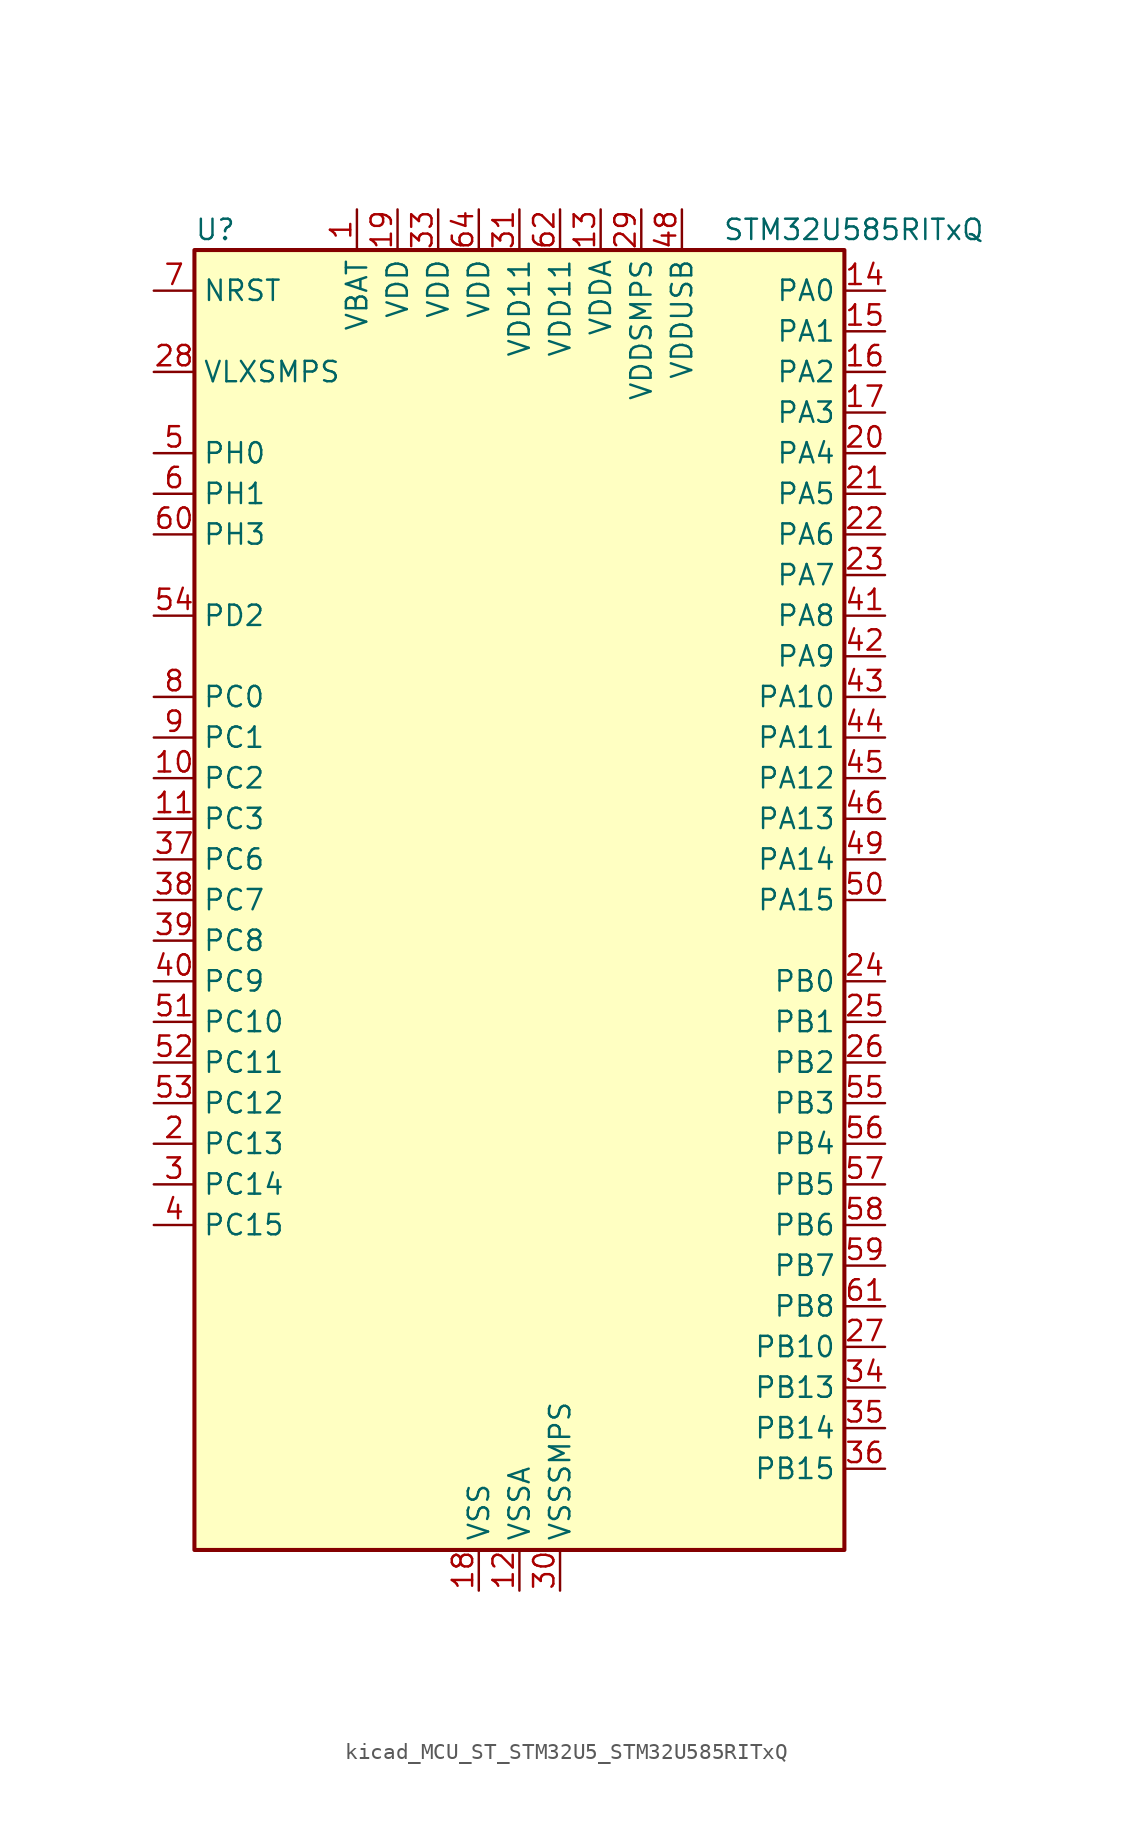
<source format=kicad_sym>
(kicad_symbol_lib
  (version 20220914)
  (generator kicad_symbol_editor)
  (symbol "kicad_MCU_ST_STM32U5_STM32U585RITxQ"
    (property "Reference" "U"
      (at -20.32 41.91 0)
      (effects (font (size 1.27 1.27)) (justify left)))
    (property "Value" "STM32U585RITxQ"
      (at 12.7 41.91 0)
      (effects (font (size 1.27 1.27)) (justify left)))
    (property "ki_locked" ""
      (at 0 0 0)
      (effects (font (size 1.27 1.27))))
    (symbol "kicad_MCU_ST_STM32U5_STM32U585RITxQ_0_1"
      (rectangle (start -20.32 -40.64) (end 20.32 40.64) (stroke (width 0.254) (type default)) (fill (type background))))
    (symbol "kicad_MCU_ST_STM32U5_STM32U585RITxQ_1_1"
      (pin power_in line (at -10.16 43.18 270) (length 2.54) (name "VBAT" (effects (font (size 1.27 1.27)))) (number "1" (effects (font (size 1.27 1.27)))))
      (pin bidirectional line (at -22.86 7.62 0) (length 2.54) (name "PC2" (effects (font (size 1.27 1.27)))) (number "10" (effects (font (size 1.27 1.27)))) (alternate "ADC1_IN3" bidirectional line) (alternate "ADC4_IN3" bidirectional line) (alternate "LPTIM1_IN2" bidirectional line) (alternate "MDF1_CCK1" bidirectional line) (alternate "OCTOSPIM_P1_IO5" bidirectional line) (alternate "SPI2_MISO" bidirectional line))
      (pin bidirectional line (at -22.86 5.08 0) (length 2.54) (name "PC3" (effects (font (size 1.27 1.27)))) (number "11" (effects (font (size 1.27 1.27)))) (alternate "ADC1_IN4" bidirectional line) (alternate "ADC4_IN4" bidirectional line) (alternate "LPTIM1_ETR" bidirectional line) (alternate "LPTIM2_ETR" bidirectional line) (alternate "LPTIM3_CH1" bidirectional line) (alternate "OCTOSPIM_P1_IO6" bidirectional line) (alternate "SAI1_D1" bidirectional line) (alternate "SAI1_SD_A" bidirectional line) (alternate "SPI2_MOSI" bidirectional line))
      (pin power_in line (at 0 -43.18 90) (length 2.54) (name "VSSA" (effects (font (size 1.27 1.27)))) (number "12" (effects (font (size 1.27 1.27)))))
      (pin power_in line (at 5.08 43.18 270) (length 2.54) (name "VDDA" (effects (font (size 1.27 1.27)))) (number "13" (effects (font (size 1.27 1.27)))))
      (pin bidirectional line (at 22.86 38.1 180) (length 2.54) (name "PA0" (effects (font (size 1.27 1.27)))) (number "14" (effects (font (size 1.27 1.27)))) (alternate "ADC1_IN5" bidirectional line) (alternate "AUDIOCLK" bidirectional line) (alternate "OCTOSPIM_P2_NCS" bidirectional line) (alternate "OPAMP1_VINP" bidirectional line) (alternate "PWR_WKUP1" bidirectional line) (alternate "SDMMC2_CMD" bidirectional line) (alternate "SPI3_RDY" bidirectional line) (alternate "TAMP_IN2" bidirectional line) (alternate "TAMP_OUT1" bidirectional line) (alternate "TIM2_CH1" bidirectional line) (alternate "TIM2_ETR" bidirectional line) (alternate "TIM5_CH1" bidirectional line) (alternate "TIM8_ETR" bidirectional line) (alternate "UART4_TX" bidirectional line) (alternate "USART2_CTS" bidirectional line))
      (pin bidirectional line (at 22.86 35.56 180) (length 2.54) (name "PA1" (effects (font (size 1.27 1.27)))) (number "15" (effects (font (size 1.27 1.27)))) (alternate "ADC1_IN6" bidirectional line) (alternate "I2C1_SMBA" bidirectional line) (alternate "LPTIM1_CH2" bidirectional line) (alternate "OCTOSPIM_P1_DQS" bidirectional line) (alternate "OPAMP1_VINM" bidirectional line) (alternate "PWR_WKUP3" bidirectional line) (alternate "SPI1_SCK" bidirectional line) (alternate "TAMP_IN5" bidirectional line) (alternate "TAMP_OUT4" bidirectional line) (alternate "TIM15_CH1N" bidirectional line) (alternate "TIM2_CH2" bidirectional line) (alternate "TIM5_CH2" bidirectional line) (alternate "UART4_RX" bidirectional line) (alternate "USART2_DE" bidirectional line) (alternate "USART2_RTS" bidirectional line))
      (pin bidirectional line (at 22.86 33.02 180) (length 2.54) (name "PA2" (effects (font (size 1.27 1.27)))) (number "16" (effects (font (size 1.27 1.27)))) (alternate "ADC1_IN7" bidirectional line) (alternate "COMP1_INP" bidirectional line) (alternate "LPUART1_TX" bidirectional line) (alternate "OCTOSPIM_P1_NCS" bidirectional line) (alternate "PWR_WKUP4" bidirectional line) (alternate "RCC_LSCO" bidirectional line) (alternate "SPI1_RDY" bidirectional line) (alternate "TIM15_CH1" bidirectional line) (alternate "TIM2_CH3" bidirectional line) (alternate "TIM5_CH3" bidirectional line) (alternate "UCPD1_FRSTX1" bidirectional line) (alternate "USART2_TX" bidirectional line))
      (pin bidirectional line (at 22.86 30.48 180) (length 2.54) (name "PA3" (effects (font (size 1.27 1.27)))) (number "17" (effects (font (size 1.27 1.27)))) (alternate "ADC1_IN8" bidirectional line) (alternate "LPUART1_RX" bidirectional line) (alternate "OCTOSPIM_P1_CLK" bidirectional line) (alternate "OPAMP1_VOUT" bidirectional line) (alternate "PWR_WKUP5" bidirectional line) (alternate "SAI1_CK1" bidirectional line) (alternate "SAI1_MCLK_A" bidirectional line) (alternate "TIM15_CH2" bidirectional line) (alternate "TIM2_CH4" bidirectional line) (alternate "TIM5_CH4" bidirectional line) (alternate "USART2_RX" bidirectional line))
      (pin power_in line (at -2.54 -43.18 90) (length 2.54) (name "VSS" (effects (font (size 1.27 1.27)))) (number "18" (effects (font (size 1.27 1.27)))))
      (pin power_in line (at -7.62 43.18 270) (length 2.54) (name "VDD" (effects (font (size 1.27 1.27)))) (number "19" (effects (font (size 1.27 1.27)))))
      (pin bidirectional line (at -22.86 -15.24 0) (length 2.54) (name "PC13" (effects (font (size 1.27 1.27)))) (number "2" (effects (font (size 1.27 1.27)))) (alternate "PWR_WKUP2" bidirectional line) (alternate "RTC_OUT1" bidirectional line) (alternate "RTC_TS" bidirectional line) (alternate "TAMP_IN1" bidirectional line) (alternate "TAMP_OUT2" bidirectional line))
      (pin bidirectional line (at 22.86 27.94 180) (length 2.54) (name "PA4" (effects (font (size 1.27 1.27)))) (number "20" (effects (font (size 1.27 1.27)))) (alternate "ADC1_IN9" bidirectional line) (alternate "ADC4_IN9" bidirectional line) (alternate "DAC1_OUT1" bidirectional line) (alternate "LPTIM2_CH1" bidirectional line) (alternate "OCTOSPIM_P1_NCS" bidirectional line) (alternate "PWR_WKUP2" bidirectional line) (alternate "SAI1_FS_B" bidirectional line) (alternate "SPI1_NSS" bidirectional line) (alternate "SPI3_NSS" bidirectional line) (alternate "USART2_CK" bidirectional line))
      (pin bidirectional line (at 22.86 25.4 180) (length 2.54) (name "PA5" (effects (font (size 1.27 1.27)))) (number "21" (effects (font (size 1.27 1.27)))) (alternate "ADC1_IN10" bidirectional line) (alternate "ADC4_IN10" bidirectional line) (alternate "DAC1_OUT2" bidirectional line) (alternate "LPTIM2_ETR" bidirectional line) (alternate "PWR_CSLEEP" bidirectional line) (alternate "PWR_WKUP6" bidirectional line) (alternate "SPI1_SCK" bidirectional line) (alternate "TIM2_CH1" bidirectional line) (alternate "TIM2_ETR" bidirectional line) (alternate "TIM8_CH1N" bidirectional line) (alternate "USART3_RX" bidirectional line))
      (pin bidirectional line (at 22.86 22.86 180) (length 2.54) (name "PA6" (effects (font (size 1.27 1.27)))) (number "22" (effects (font (size 1.27 1.27)))) (alternate "ADC1_IN11" bidirectional line) (alternate "ADC4_IN11" bidirectional line) (alternate "LPUART1_CTS" bidirectional line) (alternate "OCTOSPIM_P1_IO3" bidirectional line) (alternate "OPAMP2_VINP" bidirectional line) (alternate "PWR_CDSTOP" bidirectional line) (alternate "PWR_WKUP7" bidirectional line) (alternate "SPI1_MISO" bidirectional line) (alternate "TIM16_CH1" bidirectional line) (alternate "TIM1_BKIN" bidirectional line) (alternate "TIM3_CH1" bidirectional line) (alternate "TIM8_BKIN" bidirectional line) (alternate "USART3_CTS" bidirectional line))
      (pin bidirectional line (at 22.86 20.32 180) (length 2.54) (name "PA7" (effects (font (size 1.27 1.27)))) (number "23" (effects (font (size 1.27 1.27)))) (alternate "ADC1_IN12" bidirectional line) (alternate "ADC4_IN20" bidirectional line) (alternate "I2C3_SCL" bidirectional line) (alternate "LPTIM2_CH2" bidirectional line) (alternate "OCTOSPIM_P1_IO2" bidirectional line) (alternate "OPAMP2_VINM" bidirectional line) (alternate "PWR_SRDSTOP" bidirectional line) (alternate "PWR_WKUP8" bidirectional line) (alternate "SPI1_MOSI" bidirectional line) (alternate "TIM17_CH1" bidirectional line) (alternate "TIM1_CH1N" bidirectional line) (alternate "TIM3_CH2" bidirectional line) (alternate "TIM8_CH1N" bidirectional line) (alternate "USART3_TX" bidirectional line))
      (pin bidirectional line (at 22.86 -5.08 180) (length 2.54) (name "PB0" (effects (font (size 1.27 1.27)))) (number "24" (effects (font (size 1.27 1.27)))) (alternate "ADC1_IN15" bidirectional line) (alternate "ADC4_IN18" bidirectional line) (alternate "AUDIOCLK" bidirectional line) (alternate "COMP1_OUT" bidirectional line) (alternate "LPTIM3_CH1" bidirectional line) (alternate "OCTOSPIM_P1_IO1" bidirectional line) (alternate "OPAMP2_VOUT" bidirectional line) (alternate "SPI1_NSS" bidirectional line) (alternate "TIM1_CH2N" bidirectional line) (alternate "TIM3_CH3" bidirectional line) (alternate "TIM8_CH2N" bidirectional line) (alternate "USART3_CK" bidirectional line))
      (pin bidirectional line (at 22.86 -7.62 180) (length 2.54) (name "PB1" (effects (font (size 1.27 1.27)))) (number "25" (effects (font (size 1.27 1.27)))) (alternate "ADC1_IN16" bidirectional line) (alternate "ADC4_IN19" bidirectional line) (alternate "COMP1_INM" bidirectional line) (alternate "LPTIM2_IN1" bidirectional line) (alternate "LPTIM3_CH2" bidirectional line) (alternate "LPUART1_DE" bidirectional line) (alternate "LPUART1_RTS" bidirectional line) (alternate "MDF1_SDI0" bidirectional line) (alternate "OCTOSPIM_P1_IO0" bidirectional line) (alternate "PWR_WKUP4" bidirectional line) (alternate "TIM1_CH3N" bidirectional line) (alternate "TIM3_CH4" bidirectional line) (alternate "TIM8_CH3N" bidirectional line) (alternate "USART3_DE" bidirectional line) (alternate "USART3_RTS" bidirectional line))
      (pin bidirectional line (at 22.86 -10.16 180) (length 2.54) (name "PB2" (effects (font (size 1.27 1.27)))) (number "26" (effects (font (size 1.27 1.27)))) (alternate "ADC1_IN17" bidirectional line) (alternate "COMP1_INP" bidirectional line) (alternate "I2C3_SMBA" bidirectional line) (alternate "LPTIM1_CH1" bidirectional line) (alternate "MDF1_CKI0" bidirectional line) (alternate "OCTOSPIM_P1_DQS" bidirectional line) (alternate "PWR_WKUP1" bidirectional line) (alternate "RTC_OUT2" bidirectional line) (alternate "SPI1_RDY" bidirectional line) (alternate "TIM8_CH4N" bidirectional line) (alternate "UCPD1_FRSTX1" bidirectional line))
      (pin bidirectional line (at 22.86 -27.94 180) (length 2.54) (name "PB10" (effects (font (size 1.27 1.27)))) (number "27" (effects (font (size 1.27 1.27)))) (alternate "COMP1_OUT" bidirectional line) (alternate "I2C2_SCL" bidirectional line) (alternate "I2C4_SCL" bidirectional line) (alternate "LPTIM3_CH1" bidirectional line) (alternate "LPUART1_RX" bidirectional line) (alternate "OCTOSPIM_P1_CLK" bidirectional line) (alternate "PWR_WKUP8" bidirectional line) (alternate "SAI1_SCK_A" bidirectional line) (alternate "SPI2_SCK" bidirectional line) (alternate "TIM2_CH3" bidirectional line) (alternate "TSC_SYNC" bidirectional line) (alternate "USART3_TX" bidirectional line))
      (pin power_in line (at -22.86 33.02 0) (length 2.54) (name "VLXSMPS" (effects (font (size 1.27 1.27)))) (number "28" (effects (font (size 1.27 1.27)))))
      (pin power_in line (at 7.62 43.18 270) (length 2.54) (name "VDDSMPS" (effects (font (size 1.27 1.27)))) (number "29" (effects (font (size 1.27 1.27)))))
      (pin bidirectional line (at -22.86 -17.78 0) (length 2.54) (name "PC14" (effects (font (size 1.27 1.27)))) (number "3" (effects (font (size 1.27 1.27)))) (alternate "RCC_OSC32_IN" bidirectional line))
      (pin power_in line (at 2.54 -43.18 90) (length 2.54) (name "VSSSMPS" (effects (font (size 1.27 1.27)))) (number "30" (effects (font (size 1.27 1.27)))))
      (pin power_in line (at 0 43.18 270) (length 2.54) (name "VDD11" (effects (font (size 1.27 1.27)))) (number "31" (effects (font (size 1.27 1.27)))))
      (pin passive line (at -2.54 -43.18 90) (length 2.54) hide (name "VSS" (effects (font (size 1.27 1.27)))) (number "32" (effects (font (size 1.27 1.27)))))
      (pin power_in line (at -5.08 43.18 270) (length 2.54) (name "VDD" (effects (font (size 1.27 1.27)))) (number "33" (effects (font (size 1.27 1.27)))))
      (pin bidirectional line (at 22.86 -30.48 180) (length 2.54) (name "PB13" (effects (font (size 1.27 1.27)))) (number "34" (effects (font (size 1.27 1.27)))) (alternate "I2C2_SCL" bidirectional line) (alternate "LPTIM3_IN1" bidirectional line) (alternate "LPUART1_CTS" bidirectional line) (alternate "MDF1_CKI1" bidirectional line) (alternate "SPI2_SCK" bidirectional line) (alternate "TIM15_CH1N" bidirectional line) (alternate "TIM1_CH1N" bidirectional line) (alternate "TSC_G1_IO2" bidirectional line) (alternate "USART3_CTS" bidirectional line))
      (pin bidirectional line (at 22.86 -33.02 180) (length 2.54) (name "PB14" (effects (font (size 1.27 1.27)))) (number "35" (effects (font (size 1.27 1.27)))) (alternate "I2C2_SDA" bidirectional line) (alternate "LPTIM3_ETR" bidirectional line) (alternate "MDF1_SDI2" bidirectional line) (alternate "SDMMC2_D0" bidirectional line) (alternate "SPI2_MISO" bidirectional line) (alternate "TIM15_CH1" bidirectional line) (alternate "TIM1_CH2N" bidirectional line) (alternate "TIM8_CH2N" bidirectional line) (alternate "TSC_G1_IO3" bidirectional line) (alternate "UCPD1_DBCC2" bidirectional line) (alternate "USART3_DE" bidirectional line) (alternate "USART3_RTS" bidirectional line))
      (pin bidirectional line (at 22.86 -35.56 180) (length 2.54) (name "PB15" (effects (font (size 1.27 1.27)))) (number "36" (effects (font (size 1.27 1.27)))) (alternate "ADC1_EXTI15" bidirectional line) (alternate "ADC4_EXTI15" bidirectional line) (alternate "LPTIM2_IN2" bidirectional line) (alternate "MDF1_CKI2" bidirectional line) (alternate "PWR_WKUP7" bidirectional line) (alternate "RTC_REFIN" bidirectional line) (alternate "SDMMC2_D1" bidirectional line) (alternate "SPI2_MOSI" bidirectional line) (alternate "TIM15_CH2" bidirectional line) (alternate "TIM1_CH3N" bidirectional line) (alternate "TIM8_CH3N" bidirectional line) (alternate "UCPD1_CC2" bidirectional line))
      (pin bidirectional line (at -22.86 2.54 0) (length 2.54) (name "PC6" (effects (font (size 1.27 1.27)))) (number "37" (effects (font (size 1.27 1.27)))) (alternate "MDF1_CKI3" bidirectional line) (alternate "PWR_CSLEEP" bidirectional line) (alternate "SDMMC1_D0DIR" bidirectional line) (alternate "SDMMC1_D6" bidirectional line) (alternate "SDMMC2_D6" bidirectional line) (alternate "TIM3_CH1" bidirectional line) (alternate "TIM8_CH1" bidirectional line) (alternate "TSC_G4_IO1" bidirectional line))
      (pin bidirectional line (at -22.86 0 0) (length 2.54) (name "PC7" (effects (font (size 1.27 1.27)))) (number "38" (effects (font (size 1.27 1.27)))) (alternate "LPTIM2_CH2" bidirectional line) (alternate "MDF1_SDI3" bidirectional line) (alternate "PWR_CDSTOP" bidirectional line) (alternate "SDMMC1_D123DIR" bidirectional line) (alternate "SDMMC1_D7" bidirectional line) (alternate "SDMMC2_D7" bidirectional line) (alternate "TIM3_CH2" bidirectional line) (alternate "TIM8_CH2" bidirectional line) (alternate "TSC_G4_IO2" bidirectional line))
      (pin bidirectional line (at -22.86 -2.54 0) (length 2.54) (name "PC8" (effects (font (size 1.27 1.27)))) (number "39" (effects (font (size 1.27 1.27)))) (alternate "LPTIM3_CH1" bidirectional line) (alternate "PWR_SRDSTOP" bidirectional line) (alternate "SDMMC1_D0" bidirectional line) (alternate "TIM3_CH3" bidirectional line) (alternate "TIM8_CH3" bidirectional line) (alternate "TSC_G4_IO3" bidirectional line))
      (pin bidirectional line (at -22.86 -20.32 0) (length 2.54) (name "PC15" (effects (font (size 1.27 1.27)))) (number "4" (effects (font (size 1.27 1.27)))) (alternate "ADC1_EXTI15" bidirectional line) (alternate "ADC4_EXTI15" bidirectional line) (alternate "RCC_OSC32_OUT" bidirectional line))
      (pin bidirectional line (at -22.86 -5.08 0) (length 2.54) (name "PC9" (effects (font (size 1.27 1.27)))) (number "40" (effects (font (size 1.27 1.27)))) (alternate "DAC1_EXTI9" bidirectional line) (alternate "DEBUG_TRACED0" bidirectional line) (alternate "LPTIM3_CH2" bidirectional line) (alternate "SDMMC1_D1" bidirectional line) (alternate "TIM3_CH4" bidirectional line) (alternate "TIM8_BKIN2" bidirectional line) (alternate "TIM8_CH4" bidirectional line) (alternate "TSC_G4_IO4" bidirectional line) (alternate "USB_OTG_FS_NOE" bidirectional line))
      (pin bidirectional line (at 22.86 17.78 180) (length 2.54) (name "PA8" (effects (font (size 1.27 1.27)))) (number "41" (effects (font (size 1.27 1.27)))) (alternate "DEBUG_TRACECLK" bidirectional line) (alternate "LPTIM2_CH1" bidirectional line) (alternate "RCC_MCO" bidirectional line) (alternate "SAI1_CK2" bidirectional line) (alternate "SAI1_SCK_A" bidirectional line) (alternate "SPI1_RDY" bidirectional line) (alternate "TIM1_CH1" bidirectional line) (alternate "USART1_CK" bidirectional line) (alternate "USB_OTG_FS_SOF" bidirectional line))
      (pin bidirectional line (at 22.86 15.24 180) (length 2.54) (name "PA9" (effects (font (size 1.27 1.27)))) (number "42" (effects (font (size 1.27 1.27)))) (alternate "DAC1_EXTI9" bidirectional line) (alternate "SAI1_FS_A" bidirectional line) (alternate "SPI2_SCK" bidirectional line) (alternate "TIM15_BKIN" bidirectional line) (alternate "TIM1_CH2" bidirectional line) (alternate "USART1_TX" bidirectional line) (alternate "USB_OTG_FS_VBUS" bidirectional line))
      (pin bidirectional line (at 22.86 12.7 180) (length 2.54) (name "PA10" (effects (font (size 1.27 1.27)))) (number "43" (effects (font (size 1.27 1.27)))) (alternate "CRS_SYNC" bidirectional line) (alternate "LPTIM2_IN2" bidirectional line) (alternate "SAI1_D1" bidirectional line) (alternate "SAI1_SD_A" bidirectional line) (alternate "TIM17_BKIN" bidirectional line) (alternate "TIM1_CH3" bidirectional line) (alternate "USART1_RX" bidirectional line) (alternate "USB_OTG_FS_ID" bidirectional line))
      (pin bidirectional line (at 22.86 10.16 180) (length 2.54) (name "PA11" (effects (font (size 1.27 1.27)))) (number "44" (effects (font (size 1.27 1.27)))) (alternate "ADC1_EXTI11" bidirectional line) (alternate "FDCAN1_RX" bidirectional line) (alternate "SPI1_MISO" bidirectional line) (alternate "TIM1_BKIN2" bidirectional line) (alternate "TIM1_CH4" bidirectional line) (alternate "USART1_CTS" bidirectional line) (alternate "USB_OTG_FS_DM" bidirectional line))
      (pin bidirectional line (at 22.86 7.62 180) (length 2.54) (name "PA12" (effects (font (size 1.27 1.27)))) (number "45" (effects (font (size 1.27 1.27)))) (alternate "FDCAN1_TX" bidirectional line) (alternate "OCTOSPIM_P2_NCS" bidirectional line) (alternate "SPI1_MOSI" bidirectional line) (alternate "TIM1_ETR" bidirectional line) (alternate "USART1_DE" bidirectional line) (alternate "USART1_RTS" bidirectional line) (alternate "USB_OTG_FS_DP" bidirectional line))
      (pin bidirectional line (at 22.86 5.08 180) (length 2.54) (name "PA13" (effects (font (size 1.27 1.27)))) (number "46" (effects (font (size 1.27 1.27)))) (alternate "DEBUG_JTMS-SWDIO" bidirectional line) (alternate "IR_OUT" bidirectional line) (alternate "SAI1_SD_B" bidirectional line) (alternate "USB_OTG_FS_NOE" bidirectional line))
      (pin passive line (at -2.54 -43.18 90) (length 2.54) hide (name "VSS" (effects (font (size 1.27 1.27)))) (number "47" (effects (font (size 1.27 1.27)))))
      (pin power_in line (at 10.16 43.18 270) (length 2.54) (name "VDDUSB" (effects (font (size 1.27 1.27)))) (number "48" (effects (font (size 1.27 1.27)))))
      (pin bidirectional line (at 22.86 2.54 180) (length 2.54) (name "PA14" (effects (font (size 1.27 1.27)))) (number "49" (effects (font (size 1.27 1.27)))) (alternate "DEBUG_JTCK-SWCLK" bidirectional line) (alternate "I2C1_SMBA" bidirectional line) (alternate "I2C4_SMBA" bidirectional line) (alternate "LPTIM1_CH1" bidirectional line) (alternate "SAI1_FS_B" bidirectional line) (alternate "USB_OTG_FS_SOF" bidirectional line))
      (pin bidirectional line (at -22.86 27.94 0) (length 2.54) (name "PH0" (effects (font (size 1.27 1.27)))) (number "5" (effects (font (size 1.27 1.27)))) (alternate "RCC_OSC_IN" bidirectional line))
      (pin bidirectional line (at 22.86 0 180) (length 2.54) (name "PA15" (effects (font (size 1.27 1.27)))) (number "50" (effects (font (size 1.27 1.27)))) (alternate "ADC1_EXTI15" bidirectional line) (alternate "ADC4_EXTI15" bidirectional line) (alternate "DEBUG_JTDI" bidirectional line) (alternate "SPI1_NSS" bidirectional line) (alternate "SPI3_NSS" bidirectional line) (alternate "TIM2_CH1" bidirectional line) (alternate "TIM2_ETR" bidirectional line) (alternate "UART4_DE" bidirectional line) (alternate "UART4_RTS" bidirectional line) (alternate "UCPD1_CC1" bidirectional line) (alternate "USART2_RX" bidirectional line) (alternate "USART3_DE" bidirectional line) (alternate "USART3_RTS" bidirectional line))
      (pin bidirectional line (at -22.86 -7.62 0) (length 2.54) (name "PC10" (effects (font (size 1.27 1.27)))) (number "51" (effects (font (size 1.27 1.27)))) (alternate "ADF1_CCK1" bidirectional line) (alternate "DEBUG_TRACED1" bidirectional line) (alternate "LPTIM3_ETR" bidirectional line) (alternate "SDMMC1_D2" bidirectional line) (alternate "SPI3_SCK" bidirectional line) (alternate "TSC_G3_IO2" bidirectional line) (alternate "UART4_TX" bidirectional line) (alternate "USART3_TX" bidirectional line))
      (pin bidirectional line (at -22.86 -10.16 0) (length 2.54) (name "PC11" (effects (font (size 1.27 1.27)))) (number "52" (effects (font (size 1.27 1.27)))) (alternate "ADC1_EXTI11" bidirectional line) (alternate "ADF1_SDI0" bidirectional line) (alternate "LPTIM3_IN1" bidirectional line) (alternate "OCTOSPIM_P1_NCS" bidirectional line) (alternate "SDMMC1_D3" bidirectional line) (alternate "SPI3_MISO" bidirectional line) (alternate "TSC_G3_IO3" bidirectional line) (alternate "UART4_RX" bidirectional line) (alternate "UCPD1_FRSTX2" bidirectional line) (alternate "USART3_RX" bidirectional line))
      (pin bidirectional line (at -22.86 -12.7 0) (length 2.54) (name "PC12" (effects (font (size 1.27 1.27)))) (number "53" (effects (font (size 1.27 1.27)))) (alternate "DEBUG_TRACED3" bidirectional line) (alternate "SDMMC1_CK" bidirectional line) (alternate "SPI3_MOSI" bidirectional line) (alternate "TSC_G3_IO4" bidirectional line) (alternate "UART5_TX" bidirectional line) (alternate "USART3_CK" bidirectional line))
      (pin bidirectional line (at -22.86 17.78 0) (length 2.54) (name "PD2" (effects (font (size 1.27 1.27)))) (number "54" (effects (font (size 1.27 1.27)))) (alternate "DEBUG_TRACED2" bidirectional line) (alternate "LPTIM4_ETR" bidirectional line) (alternate "SDMMC1_CMD" bidirectional line) (alternate "TIM3_ETR" bidirectional line) (alternate "TSC_SYNC" bidirectional line) (alternate "UART5_RX" bidirectional line) (alternate "USART3_DE" bidirectional line) (alternate "USART3_RTS" bidirectional line))
      (pin bidirectional line (at 22.86 -12.7 180) (length 2.54) (name "PB3" (effects (font (size 1.27 1.27)))) (number "55" (effects (font (size 1.27 1.27)))) (alternate "ADF1_CCK0" bidirectional line) (alternate "COMP2_INM" bidirectional line) (alternate "CRS_SYNC" bidirectional line) (alternate "DEBUG_JTDO-SWO" bidirectional line) (alternate "I2C1_SDA" bidirectional line) (alternate "LPTIM1_CH1" bidirectional line) (alternate "SAI1_SCK_B" bidirectional line) (alternate "SDMMC2_D2" bidirectional line) (alternate "SPI1_SCK" bidirectional line) (alternate "SPI3_SCK" bidirectional line) (alternate "TIM2_CH2" bidirectional line) (alternate "USART1_DE" bidirectional line) (alternate "USART1_RTS" bidirectional line))
      (pin bidirectional line (at 22.86 -15.24 180) (length 2.54) (name "PB4" (effects (font (size 1.27 1.27)))) (number "56" (effects (font (size 1.27 1.27)))) (alternate "ADF1_SDI0" bidirectional line) (alternate "COMP2_INP" bidirectional line) (alternate "DEBUG_JTRST" bidirectional line) (alternate "I2C3_SDA" bidirectional line) (alternate "LPTIM1_CH2" bidirectional line) (alternate "SAI1_MCLK_B" bidirectional line) (alternate "SDMMC2_D3" bidirectional line) (alternate "SPI1_MISO" bidirectional line) (alternate "SPI3_MISO" bidirectional line) (alternate "TIM17_BKIN" bidirectional line) (alternate "TIM3_CH1" bidirectional line) (alternate "TSC_G2_IO1" bidirectional line) (alternate "UART5_DE" bidirectional line) (alternate "UART5_RTS" bidirectional line) (alternate "USART1_CTS" bidirectional line))
      (pin bidirectional line (at 22.86 -17.78 180) (length 2.54) (name "PB5" (effects (font (size 1.27 1.27)))) (number "57" (effects (font (size 1.27 1.27)))) (alternate "COMP2_OUT" bidirectional line) (alternate "I2C1_SMBA" bidirectional line) (alternate "LPTIM1_IN1" bidirectional line) (alternate "OCTOSPIM_P1_NCLK" bidirectional line) (alternate "PWR_WKUP6" bidirectional line) (alternate "SAI1_SD_B" bidirectional line) (alternate "SPI1_MOSI" bidirectional line) (alternate "SPI3_MOSI" bidirectional line) (alternate "TIM16_BKIN" bidirectional line) (alternate "TIM3_CH2" bidirectional line) (alternate "TSC_G2_IO2" bidirectional line) (alternate "UART5_CTS" bidirectional line) (alternate "UCPD1_DBCC1" bidirectional line) (alternate "USART1_CK" bidirectional line))
      (pin bidirectional line (at 22.86 -20.32 180) (length 2.54) (name "PB6" (effects (font (size 1.27 1.27)))) (number "58" (effects (font (size 1.27 1.27)))) (alternate "COMP2_INP" bidirectional line) (alternate "I2C1_SCL" bidirectional line) (alternate "I2C4_SCL" bidirectional line) (alternate "LPTIM1_ETR" bidirectional line) (alternate "MDF1_SDI5" bidirectional line) (alternate "PWR_WKUP3" bidirectional line) (alternate "SAI1_FS_B" bidirectional line) (alternate "TIM16_CH1N" bidirectional line) (alternate "TIM4_CH1" bidirectional line) (alternate "TIM8_BKIN2" bidirectional line) (alternate "TSC_G2_IO3" bidirectional line) (alternate "USART1_TX" bidirectional line))
      (pin bidirectional line (at 22.86 -22.86 180) (length 2.54) (name "PB7" (effects (font (size 1.27 1.27)))) (number "59" (effects (font (size 1.27 1.27)))) (alternate "COMP2_INM" bidirectional line) (alternate "I2C1_SDA" bidirectional line) (alternate "I2C4_SDA" bidirectional line) (alternate "LPTIM1_IN2" bidirectional line) (alternate "MDF1_CKI5" bidirectional line) (alternate "PWR_PVD_IN" bidirectional line) (alternate "PWR_WKUP4" bidirectional line) (alternate "TIM17_CH1N" bidirectional line) (alternate "TIM4_CH2" bidirectional line) (alternate "TIM8_BKIN" bidirectional line) (alternate "TSC_G2_IO4" bidirectional line) (alternate "UART4_CTS" bidirectional line) (alternate "USART1_RX" bidirectional line))
      (pin bidirectional line (at -22.86 25.4 0) (length 2.54) (name "PH1" (effects (font (size 1.27 1.27)))) (number "6" (effects (font (size 1.27 1.27)))) (alternate "RCC_OSC_OUT" bidirectional line))
      (pin bidirectional line (at -22.86 22.86 0) (length 2.54) (name "PH3" (effects (font (size 1.27 1.27)))) (number "60" (effects (font (size 1.27 1.27)))))
      (pin bidirectional line (at 22.86 -25.4 180) (length 2.54) (name "PB8" (effects (font (size 1.27 1.27)))) (number "61" (effects (font (size 1.27 1.27)))) (alternate "FDCAN1_RX" bidirectional line) (alternate "I2C1_SCL" bidirectional line) (alternate "MDF1_CCK0" bidirectional line) (alternate "PWR_WKUP5" bidirectional line) (alternate "SAI1_CK1" bidirectional line) (alternate "SAI1_MCLK_A" bidirectional line) (alternate "SDMMC1_CKIN" bidirectional line) (alternate "SDMMC1_D4" bidirectional line) (alternate "SDMMC2_D4" bidirectional line) (alternate "SPI3_RDY" bidirectional line) (alternate "TIM16_CH1" bidirectional line) (alternate "TIM4_CH3" bidirectional line))
      (pin power_in line (at 2.54 43.18 270) (length 2.54) (name "VDD11" (effects (font (size 1.27 1.27)))) (number "62" (effects (font (size 1.27 1.27)))))
      (pin passive line (at -2.54 -43.18 90) (length 2.54) hide (name "VSS" (effects (font (size 1.27 1.27)))) (number "63" (effects (font (size 1.27 1.27)))))
      (pin power_in line (at -2.54 43.18 270) (length 2.54) (name "VDD" (effects (font (size 1.27 1.27)))) (number "64" (effects (font (size 1.27 1.27)))))
      (pin input line (at -22.86 38.1 0) (length 2.54) (name "NRST" (effects (font (size 1.27 1.27)))) (number "7" (effects (font (size 1.27 1.27)))))
      (pin bidirectional line (at -22.86 12.7 0) (length 2.54) (name "PC0" (effects (font (size 1.27 1.27)))) (number "8" (effects (font (size 1.27 1.27)))) (alternate "ADC1_IN1" bidirectional line) (alternate "ADC4_IN1" bidirectional line) (alternate "I2C3_SCL" bidirectional line) (alternate "LPTIM1_IN1" bidirectional line) (alternate "LPTIM2_IN1" bidirectional line) (alternate "LPUART1_RX" bidirectional line) (alternate "MDF1_SDI4" bidirectional line) (alternate "OCTOSPIM_P1_IO7" bidirectional line) (alternate "SDMMC1_D5" bidirectional line) (alternate "SPI2_RDY" bidirectional line))
      (pin bidirectional line (at -22.86 10.16 0) (length 2.54) (name "PC1" (effects (font (size 1.27 1.27)))) (number "9" (effects (font (size 1.27 1.27)))) (alternate "ADC1_IN2" bidirectional line) (alternate "ADC4_IN2" bidirectional line) (alternate "DEBUG_TRACED0" bidirectional line) (alternate "I2C3_SDA" bidirectional line) (alternate "LPTIM1_CH1" bidirectional line) (alternate "LPUART1_TX" bidirectional line) (alternate "MDF1_CKI4" bidirectional line) (alternate "OCTOSPIM_P1_IO4" bidirectional line) (alternate "SAI1_SD_A" bidirectional line) (alternate "SDMMC2_CK" bidirectional line) (alternate "SPI2_MOSI" bidirectional line)))))
</source>
